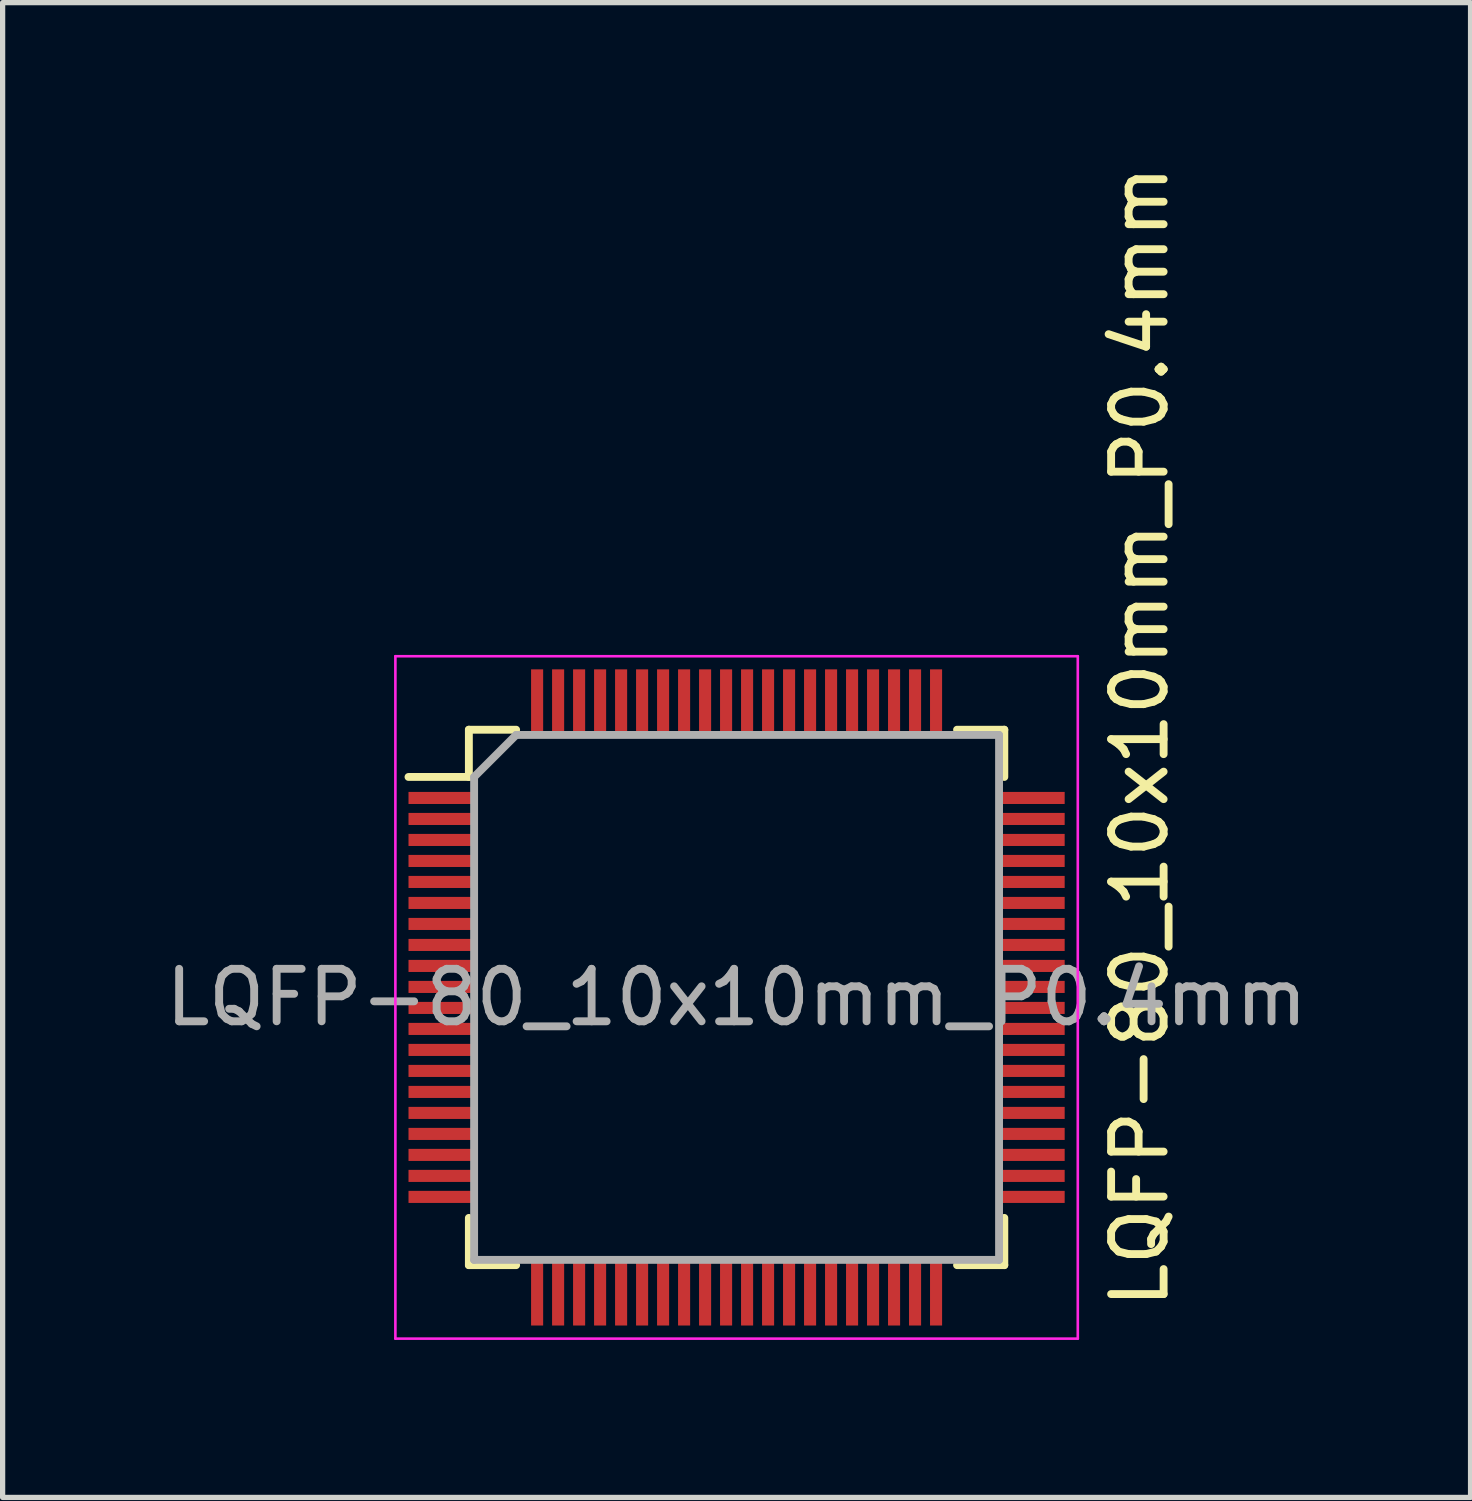
<source format=kicad_pcb>
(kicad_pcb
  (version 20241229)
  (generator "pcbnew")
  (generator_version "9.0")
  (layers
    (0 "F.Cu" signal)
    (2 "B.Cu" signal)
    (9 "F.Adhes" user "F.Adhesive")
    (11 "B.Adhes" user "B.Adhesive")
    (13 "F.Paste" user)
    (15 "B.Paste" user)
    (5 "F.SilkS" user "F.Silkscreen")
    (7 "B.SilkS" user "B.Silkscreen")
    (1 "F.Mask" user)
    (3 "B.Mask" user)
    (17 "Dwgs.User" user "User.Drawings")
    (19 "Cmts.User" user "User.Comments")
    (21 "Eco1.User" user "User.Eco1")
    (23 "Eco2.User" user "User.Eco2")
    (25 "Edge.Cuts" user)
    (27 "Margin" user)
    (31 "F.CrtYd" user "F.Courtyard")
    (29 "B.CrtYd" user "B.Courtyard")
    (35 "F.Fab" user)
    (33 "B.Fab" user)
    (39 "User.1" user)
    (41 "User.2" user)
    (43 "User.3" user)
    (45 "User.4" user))
  (footprint "LQFP-80_10x10mm_P0.4mm"
    (layer "F.Cu")
    (at 10.982 15.951)
    (property "Reference" "LQFP-80_10x10mm_P0.4mm" (at 7.68 -4.968 90) (layer "F.SilkS") (effects (font (size 1 1) (thickness 0.15))))
    (attr smd)
    (fp_line (start -6.25 -4.2) (end -5.1 -4.2) (stroke (width 0.15) (type solid)) (layer "F.SilkS"))
    (fp_line (start -5.1 -5.1) (end -4.2 -5.1) (stroke (width 0.15) (type solid)) (layer "F.SilkS"))
    (fp_line (start -5.1 -4.2) (end -5.1 -5.1) (stroke (width 0.15) (type solid)) (layer "F.SilkS"))
    (fp_line (start -5.1 5.1) (end -5.1 4.2) (stroke (width 0.15) (type solid)) (layer "F.SilkS"))
    (fp_line (start -4.2 5.1) (end -5.1 5.1) (stroke (width 0.15) (type solid)) (layer "F.SilkS"))
    (fp_line (start 4.2 -5.1) (end 5.1 -5.1) (stroke (width 0.15) (type solid)) (layer "F.SilkS"))
    (fp_line (start 4.2 5.1) (end 5.1 5.1) (stroke (width 0.15) (type solid)) (layer "F.SilkS"))
    (fp_line (start 5.1 -5.1) (end 5.1 -4.2) (stroke (width 0.15) (type solid)) (layer "F.SilkS"))
    (fp_line (start 5.1 5.1) (end 5.1 4.2) (stroke (width 0.15) (type solid)) (layer "F.SilkS"))
    (fp_line (start -6.5 -6.5) (end 6.5 -6.5) (stroke (width 0.05) (type solid)) (layer "F.CrtYd"))
    (fp_line (start -6.5 6.5) (end -6.5 -6.5) (stroke (width 0.05) (type solid)) (layer "F.CrtYd"))
    (fp_line (start 6.5 -6.5) (end 6.5 6.5) (stroke (width 0.05) (type solid)) (layer "F.CrtYd"))
    (fp_line (start 6.5 6.5) (end -6.5 6.5) (stroke (width 0.05) (type solid)) (layer "F.CrtYd"))
    (fp_line (start -5 -4.2) (end -4.2 -5) (stroke (width 0.15) (type solid)) (layer "F.Fab"))
    (fp_line (start -5 5) (end -5 -4.2) (stroke (width 0.15) (type solid)) (layer "F.Fab"))
    (fp_line (start -4.2 -5) (end 5 -5) (stroke (width 0.15) (type solid)) (layer "F.Fab"))
    (fp_line (start 5 -5) (end 5 5) (stroke (width 0.15) (type solid)) (layer "F.Fab"))
    (fp_line (start 5 5) (end -5 5) (stroke (width 0.15) (type solid)) (layer "F.Fab"))
    (fp_text user "${REFERENCE}" (at 0 0 0) (layer "F.Fab") (effects (font (size 1 1) (thickness 0.15))))
    (pad "1" smd rect (at -5.65 -3.8 90) (size 0.23 1.2) (layers "F.Cu" "F.Mask" "F.Paste"))
    (pad "2" smd rect (at -5.65 -3.4 90) (size 0.23 1.2) (layers "F.Cu" "F.Mask" "F.Paste"))
    (pad "3" smd rect (at -5.65 -3 90) (size 0.23 1.2) (layers "F.Cu" "F.Mask" "F.Paste"))
    (pad "4" smd rect (at -5.65 -2.6 90) (size 0.23 1.2) (layers "F.Cu" "F.Mask" "F.Paste"))
    (pad "5" smd rect (at -5.65 -2.2 90) (size 0.23 1.2) (layers "F.Cu" "F.Mask" "F.Paste"))
    (pad "6" smd rect (at -5.65 -1.8 90) (size 0.23 1.2) (layers "F.Cu" "F.Mask" "F.Paste"))
    (pad "7" smd rect (at -5.65 -1.4 90) (size 0.23 1.2) (layers "F.Cu" "F.Mask" "F.Paste"))
    (pad "8" smd rect (at -5.65 -1 90) (size 0.23 1.2) (layers "F.Cu" "F.Mask" "F.Paste"))
    (pad "9" smd rect (at -5.65 -0.6 90) (size 0.23 1.2) (layers "F.Cu" "F.Mask" "F.Paste"))
    (pad "10" smd rect (at -5.65 -0.2 90) (size 0.23 1.2) (layers "F.Cu" "F.Mask" "F.Paste"))
    (pad "11" smd rect (at -5.65 0.2 90) (size 0.23 1.2) (layers "F.Cu" "F.Mask" "F.Paste"))
    (pad "12" smd rect (at -5.65 0.6 90) (size 0.23 1.2) (layers "F.Cu" "F.Mask" "F.Paste"))
    (pad "13" smd rect (at -5.65 1 90) (size 0.23 1.2) (layers "F.Cu" "F.Mask" "F.Paste"))
    (pad "14" smd rect (at -5.65 1.4 90) (size 0.23 1.2) (layers "F.Cu" "F.Mask" "F.Paste"))
    (pad "15" smd rect (at -5.65 1.8 90) (size 0.23 1.2) (layers "F.Cu" "F.Mask" "F.Paste"))
    (pad "16" smd rect (at -5.65 2.2 90) (size 0.23 1.2) (layers "F.Cu" "F.Mask" "F.Paste"))
    (pad "17" smd rect (at -5.65 2.6 90) (size 0.23 1.2) (layers "F.Cu" "F.Mask" "F.Paste"))
    (pad "18" smd rect (at -5.65 3 90) (size 0.23 1.2) (layers "F.Cu" "F.Mask" "F.Paste"))
    (pad "19" smd rect (at -5.65 3.4 90) (size 0.23 1.2) (layers "F.Cu" "F.Mask" "F.Paste"))
    (pad "20" smd rect (at -5.65 3.8 90) (size 0.23 1.2) (layers "F.Cu" "F.Mask" "F.Paste"))
    (pad "21" smd rect (at -3.8 5.65) (size 0.23 1.2) (layers "F.Cu" "F.Mask" "F.Paste"))
    (pad "22" smd rect (at -3.4 5.65) (size 0.23 1.2) (layers "F.Cu" "F.Mask" "F.Paste"))
    (pad "23" smd rect (at -3 5.65) (size 0.23 1.2) (layers "F.Cu" "F.Mask" "F.Paste"))
    (pad "24" smd rect (at -2.6 5.65) (size 0.23 1.2) (layers "F.Cu" "F.Mask" "F.Paste"))
    (pad "25" smd rect (at -2.2 5.65) (size 0.23 1.2) (layers "F.Cu" "F.Mask" "F.Paste"))
    (pad "26" smd rect (at -1.8 5.65) (size 0.23 1.2) (layers "F.Cu" "F.Mask" "F.Paste"))
    (pad "27" smd rect (at -1.4 5.65) (size 0.23 1.2) (layers "F.Cu" "F.Mask" "F.Paste"))
    (pad "28" smd rect (at -1 5.65) (size 0.23 1.2) (layers "F.Cu" "F.Mask" "F.Paste"))
    (pad "29" smd rect (at -0.6 5.65) (size 0.23 1.2) (layers "F.Cu" "F.Mask" "F.Paste"))
    (pad "30" smd rect (at -0.2 5.65) (size 0.23 1.2) (layers "F.Cu" "F.Mask" "F.Paste"))
    (pad "31" smd rect (at 0.2 5.65) (size 0.23 1.2) (layers "F.Cu" "F.Mask" "F.Paste"))
    (pad "32" smd rect (at 0.6 5.65) (size 0.23 1.2) (layers "F.Cu" "F.Mask" "F.Paste"))
    (pad "33" smd rect (at 1 5.65) (size 0.23 1.2) (layers "F.Cu" "F.Mask" "F.Paste"))
    (pad "34" smd rect (at 1.4 5.65) (size 0.23 1.2) (layers "F.Cu" "F.Mask" "F.Paste"))
    (pad "35" smd rect (at 1.8 5.65) (size 0.23 1.2) (layers "F.Cu" "F.Mask" "F.Paste"))
    (pad "36" smd rect (at 2.2 5.65) (size 0.23 1.2) (layers "F.Cu" "F.Mask" "F.Paste"))
    (pad "37" smd rect (at 2.6 5.65) (size 0.23 1.2) (layers "F.Cu" "F.Mask" "F.Paste"))
    (pad "38" smd rect (at 3 5.65) (size 0.23 1.2) (layers "F.Cu" "F.Mask" "F.Paste"))
    (pad "39" smd rect (at 3.4 5.65) (size 0.23 1.2) (layers "F.Cu" "F.Mask" "F.Paste"))
    (pad "40" smd rect (at 3.8 5.65) (size 0.23 1.2) (layers "F.Cu" "F.Mask" "F.Paste"))
    (pad "41" smd rect (at 5.65 3.8 90) (size 0.23 1.2) (layers "F.Cu" "F.Mask" "F.Paste"))
    (pad "42" smd rect (at 5.65 3.4 90) (size 0.23 1.2) (layers "F.Cu" "F.Mask" "F.Paste"))
    (pad "43" smd rect (at 5.65 3 90) (size 0.23 1.2) (layers "F.Cu" "F.Mask" "F.Paste"))
    (pad "44" smd rect (at 5.65 2.6 90) (size 0.23 1.2) (layers "F.Cu" "F.Mask" "F.Paste"))
    (pad "45" smd rect (at 5.65 2.2 90) (size 0.23 1.2) (layers "F.Cu" "F.Mask" "F.Paste"))
    (pad "46" smd rect (at 5.65 1.8 90) (size 0.23 1.2) (layers "F.Cu" "F.Mask" "F.Paste"))
    (pad "47" smd rect (at 5.65 1.4 90) (size 0.23 1.2) (layers "F.Cu" "F.Mask" "F.Paste"))
    (pad "48" smd rect (at 5.65 1 90) (size 0.23 1.2) (layers "F.Cu" "F.Mask" "F.Paste"))
    (pad "49" smd rect (at 5.65 0.6 90) (size 0.23 1.2) (layers "F.Cu" "F.Mask" "F.Paste"))
    (pad "50" smd rect (at 5.65 0.2 90) (size 0.23 1.2) (layers "F.Cu" "F.Mask" "F.Paste"))
    (pad "51" smd rect (at 5.65 -0.2 90) (size 0.23 1.2) (layers "F.Cu" "F.Mask" "F.Paste"))
    (pad "52" smd rect (at 5.65 -0.6 90) (size 0.23 1.2) (layers "F.Cu" "F.Mask" "F.Paste"))
    (pad "53" smd rect (at 5.65 -1 90) (size 0.23 1.2) (layers "F.Cu" "F.Mask" "F.Paste"))
    (pad "54" smd rect (at 5.65 -1.4 90) (size 0.23 1.2) (layers "F.Cu" "F.Mask" "F.Paste"))
    (pad "55" smd rect (at 5.65 -1.8 90) (size 0.23 1.2) (layers "F.Cu" "F.Mask" "F.Paste"))
    (pad "56" smd rect (at 5.65 -2.2 90) (size 0.23 1.2) (layers "F.Cu" "F.Mask" "F.Paste"))
    (pad "57" smd rect (at 5.65 -2.6 90) (size 0.23 1.2) (layers "F.Cu" "F.Mask" "F.Paste"))
    (pad "58" smd rect (at 5.65 -3 90) (size 0.23 1.2) (layers "F.Cu" "F.Mask" "F.Paste"))
    (pad "59" smd rect (at 5.65 -3.4 90) (size 0.23 1.2) (layers "F.Cu" "F.Mask" "F.Paste"))
    (pad "60" smd rect (at 5.65 -3.8 90) (size 0.23 1.2) (layers "F.Cu" "F.Mask" "F.Paste"))
    (pad "61" smd rect (at 3.8 -5.65) (size 0.23 1.2) (layers "F.Cu" "F.Mask" "F.Paste"))
    (pad "62" smd rect (at 3.4 -5.65) (size 0.23 1.2) (layers "F.Cu" "F.Mask" "F.Paste"))
    (pad "63" smd rect (at 3 -5.65) (size 0.23 1.2) (layers "F.Cu" "F.Mask" "F.Paste"))
    (pad "64" smd rect (at 2.6 -5.65) (size 0.23 1.2) (layers "F.Cu" "F.Mask" "F.Paste"))
    (pad "65" smd rect (at 2.2 -5.65) (size 0.23 1.2) (layers "F.Cu" "F.Mask" "F.Paste"))
    (pad "66" smd rect (at 1.8 -5.65) (size 0.23 1.2) (layers "F.Cu" "F.Mask" "F.Paste"))
    (pad "67" smd rect (at 1.4 -5.65) (size 0.23 1.2) (layers "F.Cu" "F.Mask" "F.Paste"))
    (pad "68" smd rect (at 1 -5.65) (size 0.23 1.2) (layers "F.Cu" "F.Mask" "F.Paste"))
    (pad "69" smd rect (at 0.6 -5.65) (size 0.23 1.2) (layers "F.Cu" "F.Mask" "F.Paste"))
    (pad "70" smd rect (at 0.2 -5.65) (size 0.23 1.2) (layers "F.Cu" "F.Mask" "F.Paste"))
    (pad "71" smd rect (at -0.2 -5.65) (size 0.23 1.2) (layers "F.Cu" "F.Mask" "F.Paste"))
    (pad "72" smd rect (at -0.6 -5.65) (size 0.23 1.2) (layers "F.Cu" "F.Mask" "F.Paste"))
    (pad "73" smd rect (at -1 -5.65) (size 0.23 1.2) (layers "F.Cu" "F.Mask" "F.Paste"))
    (pad "74" smd rect (at -1.4 -5.65) (size 0.23 1.2) (layers "F.Cu" "F.Mask" "F.Paste"))
    (pad "75" smd rect (at -1.8 -5.65) (size 0.23 1.2) (layers "F.Cu" "F.Mask" "F.Paste"))
    (pad "76" smd rect (at -2.2 -5.65) (size 0.23 1.2) (layers "F.Cu" "F.Mask" "F.Paste"))
    (pad "77" smd rect (at -2.6 -5.65) (size 0.23 1.2) (layers "F.Cu" "F.Mask" "F.Paste"))
    (pad "78" smd rect (at -3 -5.65) (size 0.23 1.2) (layers "F.Cu" "F.Mask" "F.Paste"))
    (pad "79" smd rect (at -3.4 -5.65) (size 0.23 1.2) (layers "F.Cu" "F.Mask" "F.Paste"))
    (pad "80" smd rect (at -3.8 -5.65) (size 0.23 1.2) (layers "F.Cu" "F.Mask" "F.Paste")))
  (gr_rect
    (start -3 -3)
    (end 24.964 25.476)
    (stroke (width 0.1) (type default))
    (fill no)
    (layer "Edge.Cuts")))
</source>
